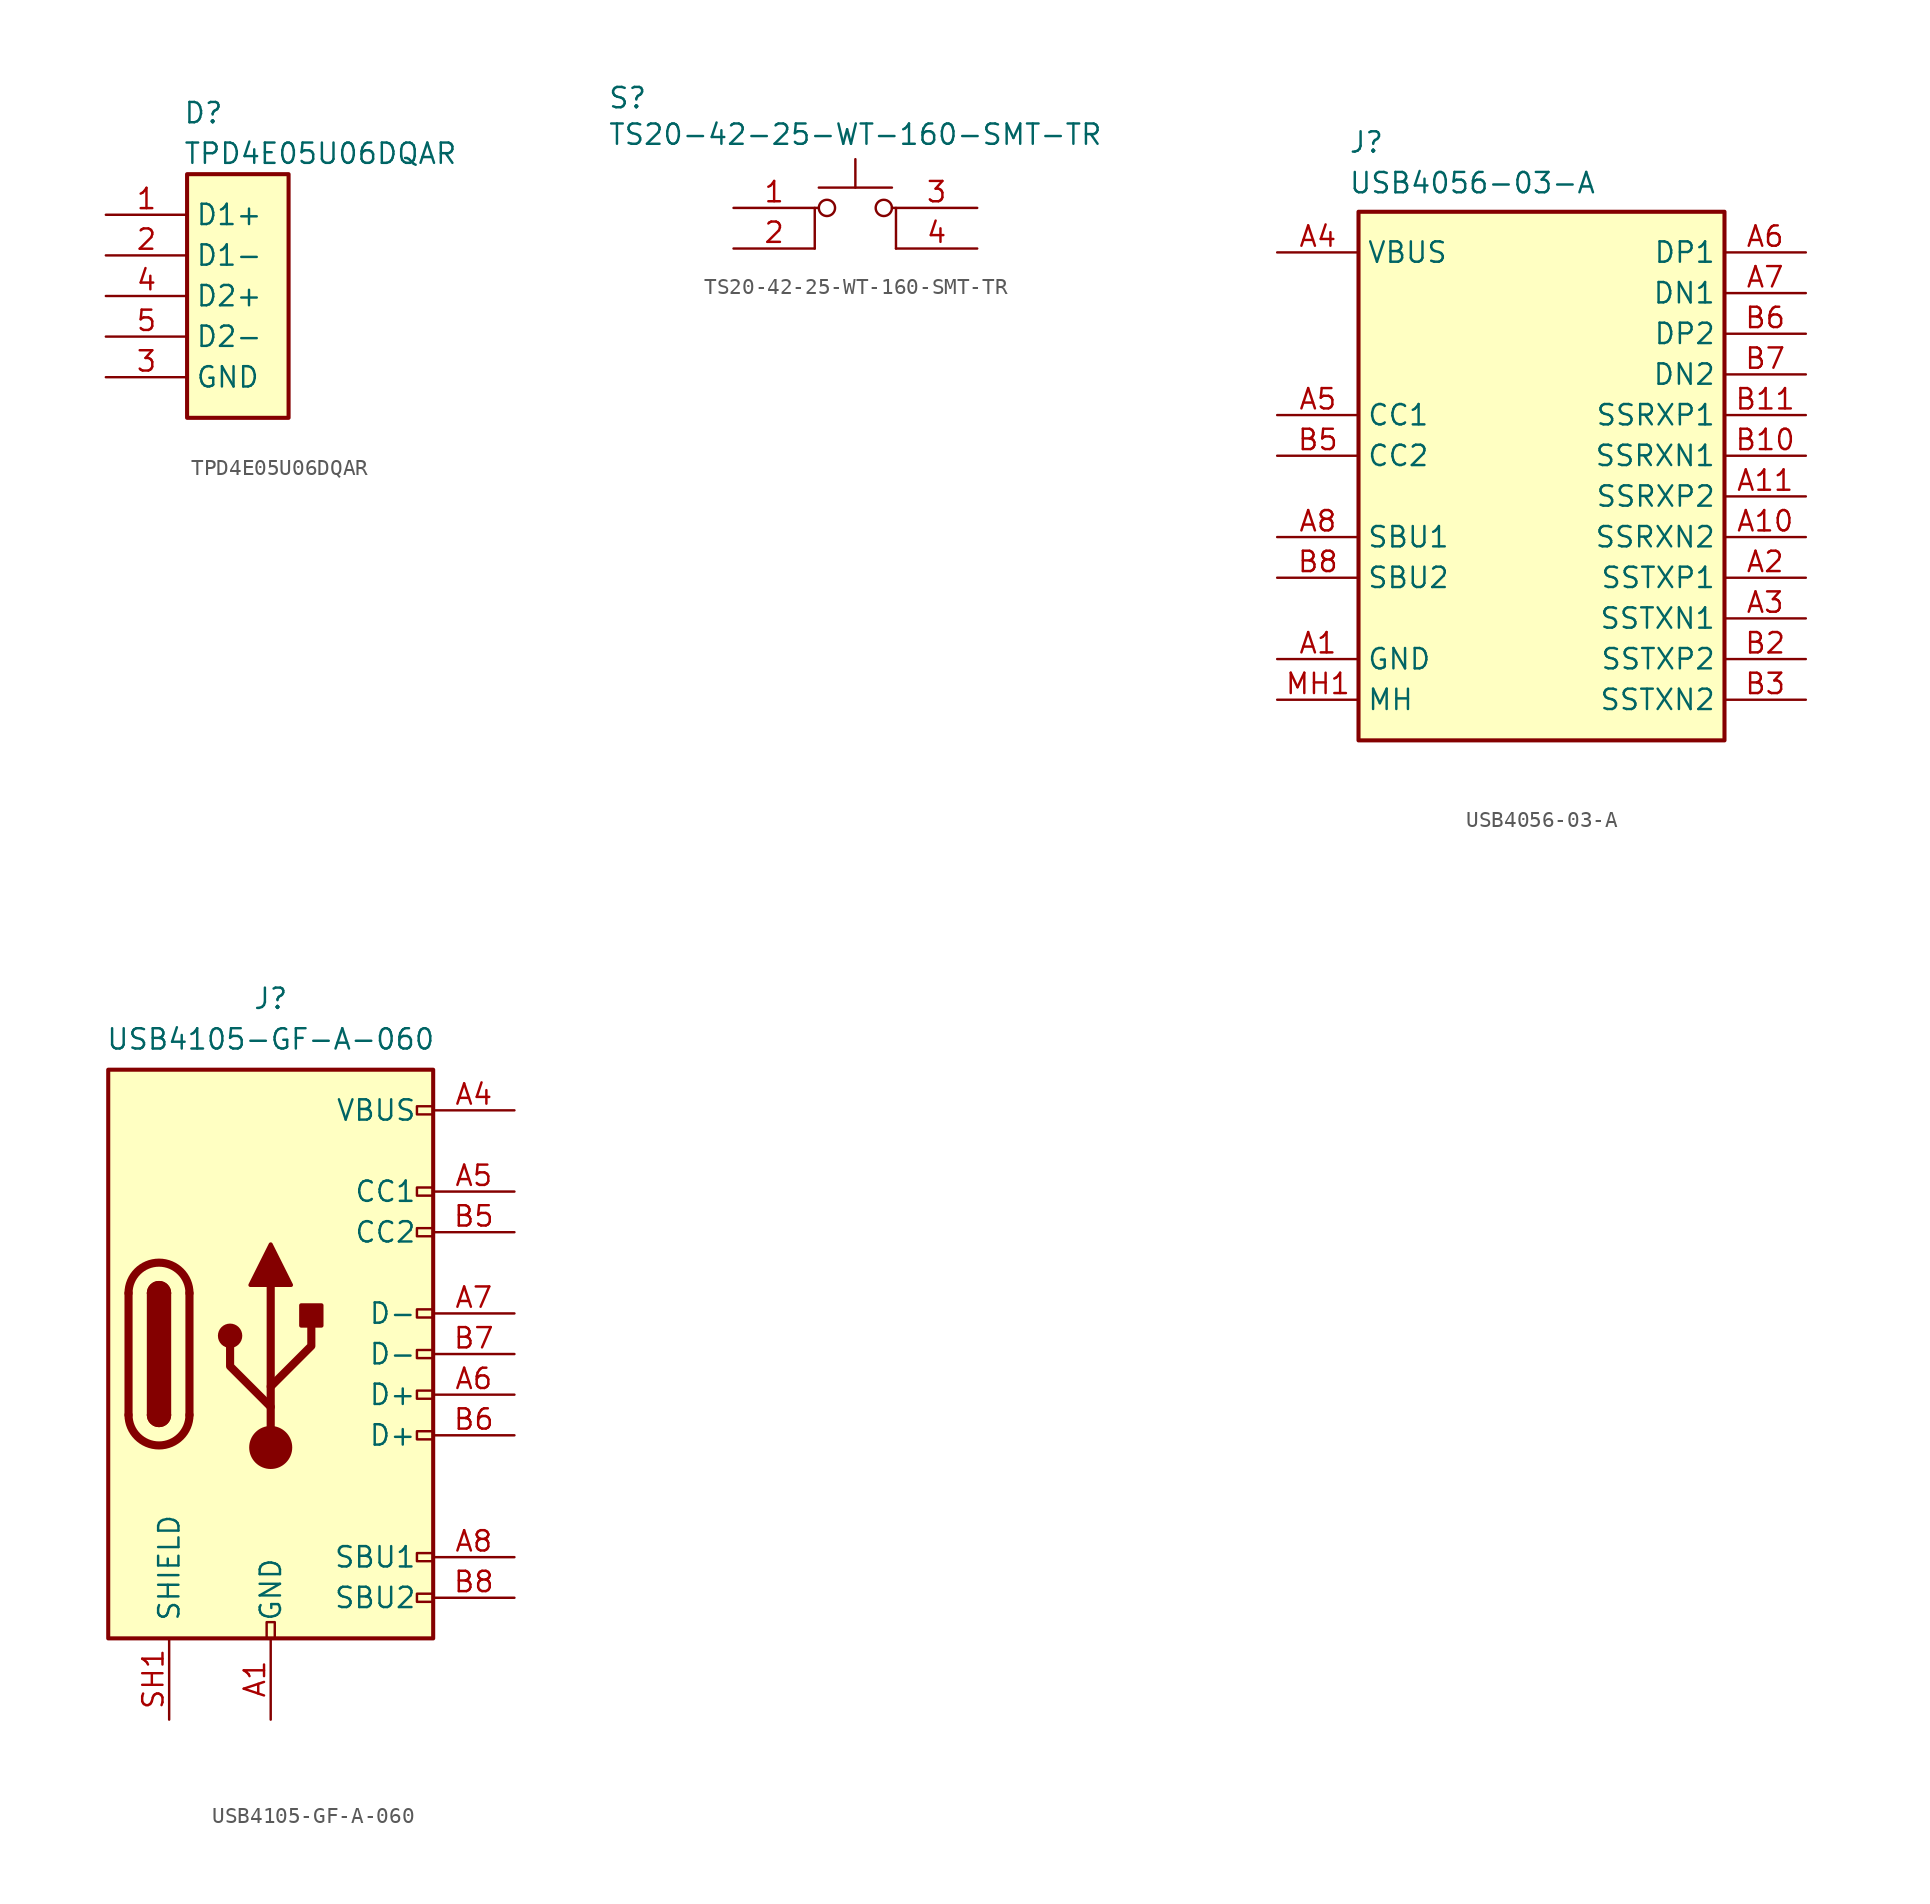
<source format=kicad_sym>
(kicad_symbol_lib
  (version 20231120)
  (generator "kicad_symbol_editor")
  (generator_version "8.0")
  (symbol "TPD4E05U06DQAR"
    (property "Reference" "D"
      (at 4.826 7.112 0)
      (effects (font (size 1.27 1.27)) (justify left top)))
    (property "Value" "TPD4E05U06DQAR"
      (at 4.826 4.572 0)
      (effects (font (size 1.27 1.27)) (justify left top)))
    (symbol "TPD4E05U06DQAR_1_0"
      (pin passive line (at 0 0 0) (length 5.08) (name "D1+" (effects (font (size 1.27 1.27)))) (number "1" (effects (font (size 1.27 1.27)))))
      (pin passive line (at 0 -2.54 0) (length 5.08) (name "D1-" (effects (font (size 1.27 1.27)))) (number "2" (effects (font (size 1.27 1.27))))))
    (symbol "TPD4E05U06DQAR_1_1"
      (rectangle (start 5.08 2.54) (end 11.43 -12.7) (stroke (width 0.254) (type default)) (fill (type background)))
      (pin passive line (at 0 0 0) (length 5.08) hide (name "NC_4" (effects (font (size 1.27 1.27)))) (number "10" (effects (font (size 1.27 1.27)))))
      (pin passive line (at 0 -10.16 0) (length 5.08) (name "GND" (effects (font (size 1.27 1.27)))) (number "3" (effects (font (size 1.27 1.27)))))
      (pin passive line (at 0 -5.08 0) (length 5.08) (name "D2+" (effects (font (size 1.27 1.27)))) (number "4" (effects (font (size 1.27 1.27)))))
      (pin passive line (at 0 -7.62 0) (length 5.08) (name "D2-" (effects (font (size 1.27 1.27)))) (number "5" (effects (font (size 1.27 1.27)))))
      (pin passive line (at 0 -7.62 0) (length 5.08) hide (name "NC_1" (effects (font (size 1.27 1.27)))) (number "6" (effects (font (size 1.27 1.27)))))
      (pin passive line (at 0 -5.08 0) (length 5.08) hide (name "NC_2" (effects (font (size 1.27 1.27)))) (number "7" (effects (font (size 1.27 1.27)))))
      (pin passive line (at 0 -10.16 0) (length 5.08) hide (name "GND" (effects (font (size 1.27 1.27)))) (number "8" (effects (font (size 1.27 1.27)))))
      (pin passive line (at 0 -2.54 0) (length 5.08) hide (name "NC_3" (effects (font (size 1.27 1.27)))) (number "9" (effects (font (size 1.27 1.27)))))))
  (symbol "TS20-42-25-WT-160-SMT-TR"
    (property "Reference" "S"
      (at -7.874 8.89 0)
      (effects (font (size 1.27 1.27)) (justify left top)))
    (property "Value" "TS20-42-25-WT-160-SMT-TR"
      (at -7.874 6.604 0)
      (effects (font (size 1.27 1.27)) (justify left top)))
    (symbol "TS20-42-25-WT-160-SMT-TR_0_1"
      (polyline (pts (xy 5.334 2.54) (xy 9.906 2.54)) (stroke (width 0) (type default)) (fill (type none)))
      (polyline (pts (xy 7.62 2.54) (xy 7.62 4.318)) (stroke (width 0) (type default)) (fill (type none)))
      (polyline (pts (xy 5.08 -1.27) (xy 5.08 1.27) (xy 5.334 1.27)) (stroke (width 0) (type default)) (fill (type none)))
      (polyline (pts (xy 10.16 -1.27) (xy 10.16 1.27) (xy 9.906 1.27)) (stroke (width 0) (type default)) (fill (type none)))
      (circle (center 5.842 1.27) (radius 0.508) (stroke (width 0) (type default)) (fill (type none)))
      (circle (center 9.398 1.27) (radius 0.508) (stroke (width 0) (type default)) (fill (type none))))
    (symbol "TS20-42-25-WT-160-SMT-TR_1_1"
      (pin passive line (at 0 1.27 0) (length 5.08) (name "NO_1" (effects (font (size 0 0)))) (number "1" (effects (font (size 1.27 1.27)))))
      (pin passive line (at 0 -1.27 0) (length 5.08) (name "NO_2" (effects (font (size 0 0)))) (number "2" (effects (font (size 1.27 1.27)))))
      (pin passive line (at 15.24 1.27 180) (length 5.08) (name "COM_1" (effects (font (size 0 0)))) (number "3" (effects (font (size 1.27 1.27)))))
      (pin passive line (at 15.24 -1.27 180) (length 5.08) (name "COM_2" (effects (font (size 0 0)))) (number "4" (effects (font (size 1.27 1.27)))))))
  (symbol "USB4056-03-A"
    (property "Reference" "J"
      (at 4.445 4.445 0)
      (effects (font (size 1.27 1.27)) (justify left top)))
    (property "Value" "USB4056-03-A"
      (at 4.445 1.905 0)
      (effects (font (size 1.27 1.27)) (justify left top)))
    (symbol "USB4056-03-A_1_1"
      (rectangle (start 5.08 -0.635) (end 27.94 -33.655) (stroke (width 0.254) (type default)) (fill (type background)))
      (pin power_in line (at 0 -28.575 0) (length 5.08) (name "GND" (effects (font (size 1.27 1.27)))) (number "A1" (effects (font (size 1.27 1.27)))))
      (pin passive line (at 33.02 -20.955 180) (length 5.08) (name "SSRXN2" (effects (font (size 1.27 1.27)))) (number "A10" (effects (font (size 1.27 1.27)))))
      (pin passive line (at 33.02 -18.415 180) (length 5.08) (name "SSRXP2" (effects (font (size 1.27 1.27)))) (number "A11" (effects (font (size 1.27 1.27)))))
      (pin passive line (at 0 -28.575 0) (length 5.08) hide (name "GND" (effects (font (size 1.27 1.27)))) (number "A12" (effects (font (size 1.27 1.27)))))
      (pin passive line (at 33.02 -23.495 180) (length 5.08) (name "SSTXP1" (effects (font (size 1.27 1.27)))) (number "A2" (effects (font (size 1.27 1.27)))))
      (pin passive line (at 33.02 -26.035 180) (length 5.08) (name "SSTXN1" (effects (font (size 1.27 1.27)))) (number "A3" (effects (font (size 1.27 1.27)))))
      (pin power_in line (at 0 -3.175 0) (length 5.08) (name "VBUS" (effects (font (size 1.27 1.27)))) (number "A4" (effects (font (size 1.27 1.27)))))
      (pin passive line (at 0 -13.335 0) (length 5.08) (name "CC1" (effects (font (size 1.27 1.27)))) (number "A5" (effects (font (size 1.27 1.27)))))
      (pin passive line (at 33.02 -3.175 180) (length 5.08) (name "DP1" (effects (font (size 1.27 1.27)))) (number "A6" (effects (font (size 1.27 1.27)))))
      (pin passive line (at 33.02 -5.715 180) (length 5.08) (name "DN1" (effects (font (size 1.27 1.27)))) (number "A7" (effects (font (size 1.27 1.27)))))
      (pin passive line (at 0 -20.955 0) (length 5.08) (name "SBU1" (effects (font (size 1.27 1.27)))) (number "A8" (effects (font (size 1.27 1.27)))))
      (pin passive line (at 0 -3.175 0) (length 5.08) hide (name "VBUS" (effects (font (size 1.27 1.27)))) (number "A9" (effects (font (size 1.27 1.27)))))
      (pin passive line (at 0 -28.575 0) (length 5.08) hide (name "GND" (effects (font (size 1.27 1.27)))) (number "B1" (effects (font (size 1.27 1.27)))))
      (pin passive line (at 33.02 -15.875 180) (length 5.08) (name "SSRXN1" (effects (font (size 1.27 1.27)))) (number "B10" (effects (font (size 1.27 1.27)))))
      (pin passive line (at 33.02 -13.335 180) (length 5.08) (name "SSRXP1" (effects (font (size 1.27 1.27)))) (number "B11" (effects (font (size 1.27 1.27)))))
      (pin passive line (at 0 -28.575 0) (length 5.08) hide (name "GND" (effects (font (size 1.27 1.27)))) (number "B12" (effects (font (size 1.27 1.27)))))
      (pin passive line (at 33.02 -28.575 180) (length 5.08) (name "SSTXP2" (effects (font (size 1.27 1.27)))) (number "B2" (effects (font (size 1.27 1.27)))))
      (pin passive line (at 33.02 -31.115 180) (length 5.08) (name "SSTXN2" (effects (font (size 1.27 1.27)))) (number "B3" (effects (font (size 1.27 1.27)))))
      (pin passive line (at 0 -3.175 0) (length 5.08) hide (name "VBUS" (effects (font (size 1.27 1.27)))) (number "B4" (effects (font (size 1.27 1.27)))))
      (pin passive line (at 0 -15.875 0) (length 5.08) (name "CC2" (effects (font (size 1.27 1.27)))) (number "B5" (effects (font (size 1.27 1.27)))))
      (pin passive line (at 33.02 -8.255 180) (length 5.08) (name "DP2" (effects (font (size 1.27 1.27)))) (number "B6" (effects (font (size 1.27 1.27)))))
      (pin passive line (at 33.02 -10.795 180) (length 5.08) (name "DN2" (effects (font (size 1.27 1.27)))) (number "B7" (effects (font (size 1.27 1.27)))))
      (pin passive line (at 0 -23.495 0) (length 5.08) (name "SBU2" (effects (font (size 1.27 1.27)))) (number "B8" (effects (font (size 1.27 1.27)))))
      (pin passive line (at 0 -3.175 0) (length 5.08) hide (name "VBUS" (effects (font (size 1.27 1.27)))) (number "B9" (effects (font (size 1.27 1.27)))))
      (pin passive line (at 0 -31.115 0) (length 5.08) (name "MH" (effects (font (size 1.27 1.27)))) (number "MH1" (effects (font (size 1.27 1.27)))))
      (pin passive line (at 0 -31.115 0) (length 5.08) hide (name "MH" (effects (font (size 1.27 1.27)))) (number "MH2" (effects (font (size 1.27 1.27)))))
      (pin passive line (at 0 -31.115 0) (length 5.08) hide (name "MH" (effects (font (size 1.27 1.27)))) (number "MH3" (effects (font (size 1.27 1.27)))))
      (pin passive line (at 0 -31.115 0) (length 5.08) hide (name "MH" (effects (font (size 1.27 1.27)))) (number "MH4" (effects (font (size 1.27 1.27)))))))
  (symbol "USB4105-GF-A-060"
    (pin_names
      (offset 1.016))
    (property "Reference" "J"
      (at 0 22.225 0)
      (effects (font (size 1.27 1.27))))
    (property "Value" "USB4105-GF-A-060"
      (at 0 19.685 0)
      (effects (font (size 1.27 1.27))))
    (symbol "USB4105-GF-A-060_0_0"
      (rectangle (start -0.254 -17.78) (end 0.254 -16.764) (stroke (width 0) (type default)) (fill (type none)))
      (rectangle (start 10.16 -14.986) (end 9.144 -15.494) (stroke (width 0) (type default)) (fill (type none)))
      (rectangle (start 10.16 -12.446) (end 9.144 -12.954) (stroke (width 0) (type default)) (fill (type none)))
      (rectangle (start 10.16 -4.826) (end 9.144 -5.334) (stroke (width 0) (type default)) (fill (type none)))
      (rectangle (start 10.16 -2.286) (end 9.144 -2.794) (stroke (width 0) (type default)) (fill (type none)))
      (rectangle (start 10.16 0.254) (end 9.144 -0.254) (stroke (width 0) (type default)) (fill (type none)))
      (rectangle (start 10.16 2.794) (end 9.144 2.286) (stroke (width 0) (type default)) (fill (type none)))
      (rectangle (start 10.16 7.874) (end 9.144 7.366) (stroke (width 0) (type default)) (fill (type none)))
      (rectangle (start 10.16 10.414) (end 9.144 9.906) (stroke (width 0) (type default)) (fill (type none)))
      (rectangle (start 10.16 15.494) (end 9.144 14.986) (stroke (width 0) (type default)) (fill (type none))))
    (symbol "USB4105-GF-A-060_0_1"
      (rectangle (start -10.16 17.78) (end 10.16 -17.78) (stroke (width 0.254) (type default)) (fill (type background)))
      (arc (start -8.89 -3.81) (mid -6.985 -5.7067) (end -5.08 -3.81) (stroke (width 0.508) (type default)) (fill (type none)))
      (arc (start -7.62 -3.81) (mid -6.985 -4.4423) (end -6.35 -3.81) (stroke (width 0.254) (type default)) (fill (type none)))
      (arc (start -7.62 -3.81) (mid -6.985 -4.4423) (end -6.35 -3.81) (stroke (width 0.254) (type default)) (fill (type outline)))
      (rectangle (start -7.62 -3.81) (end -6.35 3.81) (stroke (width 0.254) (type default)) (fill (type outline)))
      (arc (start -6.35 3.81) (mid -6.985 4.4423) (end -7.62 3.81) (stroke (width 0.254) (type default)) (fill (type none)))
      (arc (start -6.35 3.81) (mid -6.985 4.4423) (end -7.62 3.81) (stroke (width 0.254) (type default)) (fill (type outline)))
      (arc (start -5.08 3.81) (mid -6.985 5.7067) (end -8.89 3.81) (stroke (width 0.508) (type default)) (fill (type none)))
      (circle (center -2.54 1.143) (radius 0.635) (stroke (width 0.254) (type default)) (fill (type outline)))
      (circle (center 0 -5.842) (radius 1.27) (stroke (width 0) (type default)) (fill (type outline)))
      (polyline (pts (xy -8.89 -3.81) (xy -8.89 3.81)) (stroke (width 0.508) (type default)) (fill (type none)))
      (polyline (pts (xy -5.08 3.81) (xy -5.08 -3.81)) (stroke (width 0.508) (type default)) (fill (type none)))
      (polyline (pts (xy 0 -5.842) (xy 0 4.318)) (stroke (width 0.508) (type default)) (fill (type none)))
      (polyline (pts (xy 0 -3.302) (xy -2.54 -0.762) (xy -2.54 0.508)) (stroke (width 0.508) (type default)) (fill (type none)))
      (polyline (pts (xy 0 -2.032) (xy 2.54 0.508) (xy 2.54 1.778)) (stroke (width 0.508) (type default)) (fill (type none)))
      (polyline (pts (xy -1.27 4.318) (xy 0 6.858) (xy 1.27 4.318) (xy -1.27 4.318)) (stroke (width 0.254) (type default)) (fill (type outline)))
      (rectangle (start 1.905 1.778) (end 3.175 3.048) (stroke (width 0.254) (type default)) (fill (type outline))))
    (symbol "USB4105-GF-A-060_1_1"
      (pin passive line (at 0 -22.86 90) (length 5.08) (name "GND" (effects (font (size 1.27 1.27)))) (number "A1" (effects (font (size 1.27 1.27)))))
      (pin passive line (at 0 -22.86 90) (length 5.08) hide (name "GND" (effects (font (size 1.27 1.27)))) (number "A12" (effects (font (size 1.27 1.27)))))
      (pin passive line (at 15.24 15.24 180) (length 5.08) (name "VBUS" (effects (font (size 1.27 1.27)))) (number "A4" (effects (font (size 1.27 1.27)))))
      (pin bidirectional line (at 15.24 10.16 180) (length 5.08) (name "CC1" (effects (font (size 1.27 1.27)))) (number "A5" (effects (font (size 1.27 1.27)))))
      (pin bidirectional line (at 15.24 -2.54 180) (length 5.08) (name "D+" (effects (font (size 1.27 1.27)))) (number "A6" (effects (font (size 1.27 1.27)))))
      (pin bidirectional line (at 15.24 2.54 180) (length 5.08) (name "D-" (effects (font (size 1.27 1.27)))) (number "A7" (effects (font (size 1.27 1.27)))))
      (pin bidirectional line (at 15.24 -12.7 180) (length 5.08) (name "SBU1" (effects (font (size 1.27 1.27)))) (number "A8" (effects (font (size 1.27 1.27)))))
      (pin passive line (at 15.24 15.24 180) (length 5.08) hide (name "VBUS" (effects (font (size 1.27 1.27)))) (number "A9" (effects (font (size 1.27 1.27)))))
      (pin passive line (at 0 -22.86 90) (length 5.08) hide (name "GND" (effects (font (size 1.27 1.27)))) (number "B1" (effects (font (size 1.27 1.27)))))
      (pin passive line (at 0 -22.86 90) (length 5.08) hide (name "GND" (effects (font (size 1.27 1.27)))) (number "B12" (effects (font (size 1.27 1.27)))))
      (pin passive line (at 15.24 15.24 180) (length 5.08) hide (name "VBUS" (effects (font (size 1.27 1.27)))) (number "B4" (effects (font (size 1.27 1.27)))))
      (pin bidirectional line (at 15.24 7.62 180) (length 5.08) (name "CC2" (effects (font (size 1.27 1.27)))) (number "B5" (effects (font (size 1.27 1.27)))))
      (pin bidirectional line (at 15.24 -5.08 180) (length 5.08) (name "D+" (effects (font (size 1.27 1.27)))) (number "B6" (effects (font (size 1.27 1.27)))))
      (pin bidirectional line (at 15.24 0 180) (length 5.08) (name "D-" (effects (font (size 1.27 1.27)))) (number "B7" (effects (font (size 1.27 1.27)))))
      (pin bidirectional line (at 15.24 -15.24 180) (length 5.08) (name "SBU2" (effects (font (size 1.27 1.27)))) (number "B8" (effects (font (size 1.27 1.27)))))
      (pin passive line (at 15.24 15.24 180) (length 5.08) hide (name "VBUS" (effects (font (size 1.27 1.27)))) (number "B9" (effects (font (size 1.27 1.27)))))
      (pin passive line (at -6.35 -22.86 90) (length 5.08) (name "SHIELD" (effects (font (size 1.27 1.27)))) (number "SH1" (effects (font (size 1.27 1.27))))))))
</source>
